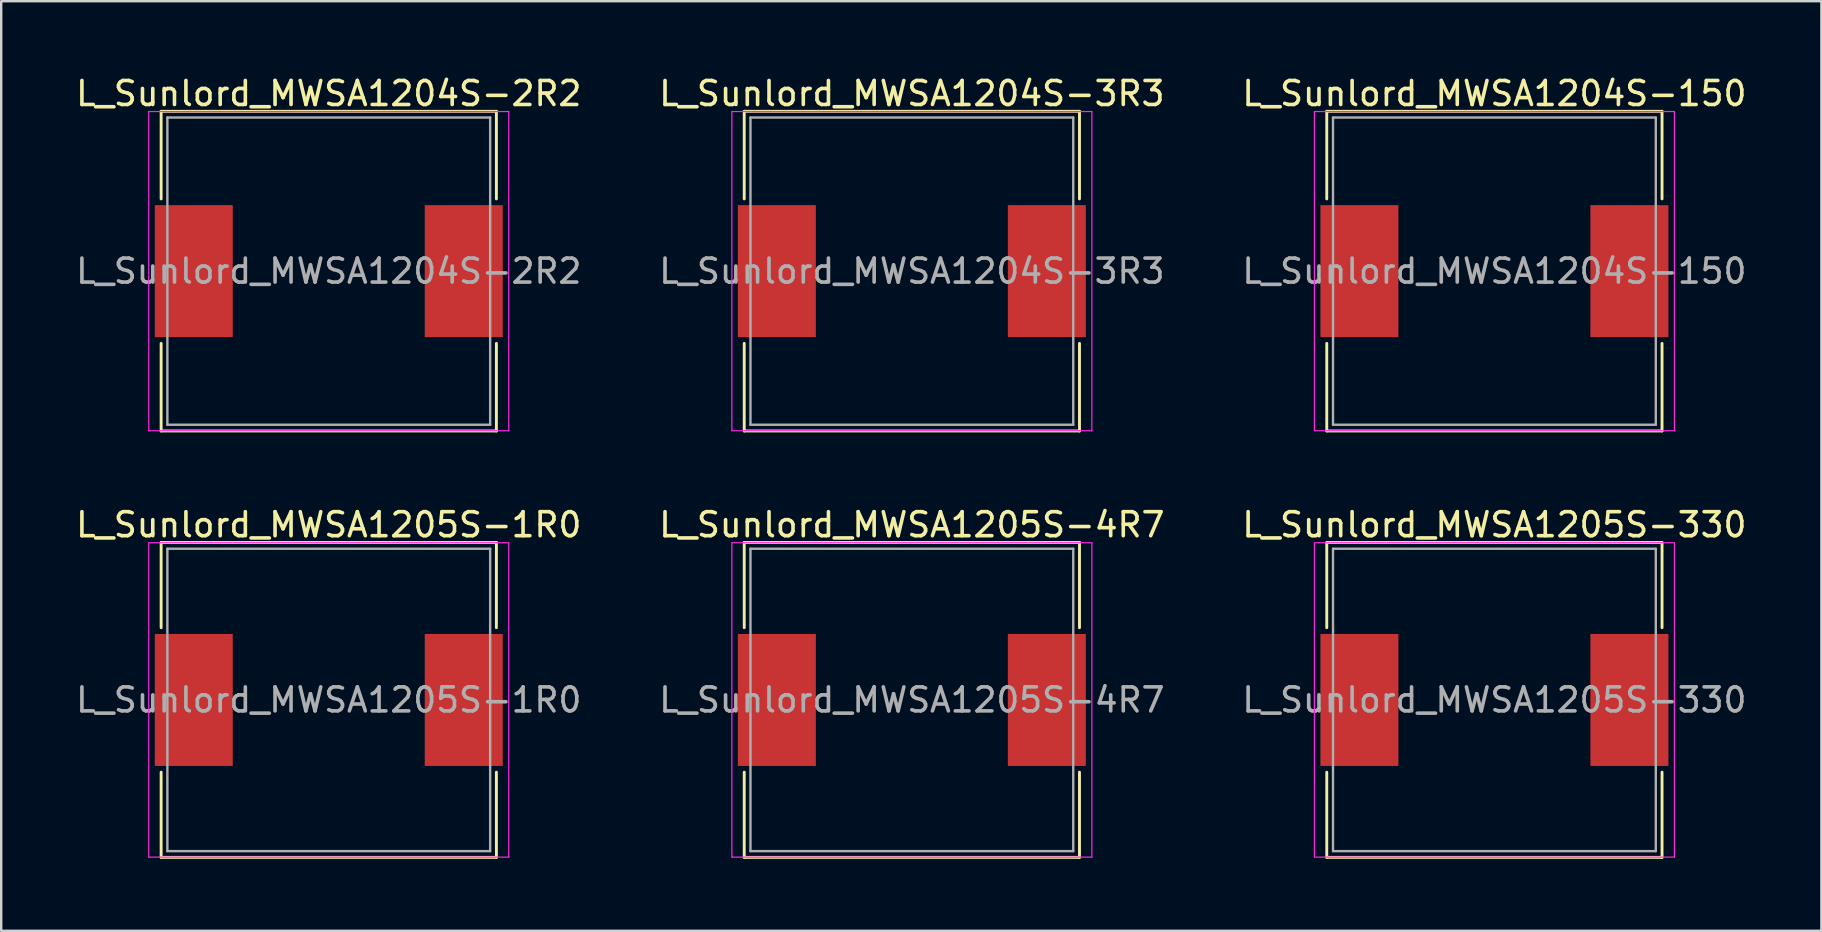
<source format=kicad_pcb>
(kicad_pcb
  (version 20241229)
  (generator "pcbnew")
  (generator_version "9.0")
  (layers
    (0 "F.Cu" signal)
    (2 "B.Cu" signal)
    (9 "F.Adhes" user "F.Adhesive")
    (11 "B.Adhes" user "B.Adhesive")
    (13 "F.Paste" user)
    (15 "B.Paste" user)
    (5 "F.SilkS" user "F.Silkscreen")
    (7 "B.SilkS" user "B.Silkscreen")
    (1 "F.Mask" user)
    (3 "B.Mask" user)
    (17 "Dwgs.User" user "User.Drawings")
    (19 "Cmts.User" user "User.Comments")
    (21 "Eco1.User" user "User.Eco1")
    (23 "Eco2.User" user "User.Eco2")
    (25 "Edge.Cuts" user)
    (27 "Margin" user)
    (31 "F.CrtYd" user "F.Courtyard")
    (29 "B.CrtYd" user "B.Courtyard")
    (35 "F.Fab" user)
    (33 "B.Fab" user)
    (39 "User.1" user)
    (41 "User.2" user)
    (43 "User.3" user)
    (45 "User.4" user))
  (footprint "L_Sunlord_MWSA1205S-4R7"
    (layer "F.Cu")
    (at 34.946 26.116)
    (property "Reference" "L_Sunlord_MWSA1205S-4R7" (at 0 -7.3 0) (layer "F.SilkS") (effects (font (size 1 1) (thickness 0.15))))
    (attr smd)
    (fp_line (start -6.985 -6.56) (end -6.985 -3.01) (stroke (width 0.12) (type solid)) (layer "F.SilkS"))
    (fp_line (start -6.985 -6.56) (end 6.985 -6.56) (stroke (width 0.12) (type solid)) (layer "F.SilkS"))
    (fp_line (start -6.985 6.56) (end -6.985 3.01) (stroke (width 0.12) (type solid)) (layer "F.SilkS"))
    (fp_line (start -6.985 6.56) (end 6.985 6.56) (stroke (width 0.12) (type solid)) (layer "F.SilkS"))
    (fp_line (start 6.985 -6.56) (end 6.985 -3.01) (stroke (width 0.12) (type solid)) (layer "F.SilkS"))
    (fp_line (start 6.985 6.56) (end 6.985 3.01) (stroke (width 0.12) (type solid)) (layer "F.SilkS"))
    (fp_line (start -7.5 -6.55) (end -7.5 6.55) (stroke (width 0.05) (type solid)) (layer "F.CrtYd"))
    (fp_line (start -7.5 6.55) (end 7.5 6.55) (stroke (width 0.05) (type solid)) (layer "F.CrtYd"))
    (fp_line (start 7.5 -6.55) (end -7.5 -6.55) (stroke (width 0.05) (type solid)) (layer "F.CrtYd"))
    (fp_line (start 7.5 6.55) (end 7.5 -6.55) (stroke (width 0.05) (type solid)) (layer "F.CrtYd"))
    (fp_line (start -6.725 -6.3) (end -6.725 6.3) (stroke (width 0.1) (type solid)) (layer "F.Fab"))
    (fp_line (start -6.725 6.3) (end 6.725 6.3) (stroke (width 0.1) (type solid)) (layer "F.Fab"))
    (fp_line (start 6.725 -6.3) (end -6.725 -6.3) (stroke (width 0.1) (type solid)) (layer "F.Fab"))
    (fp_line (start 6.725 6.3) (end 6.725 -6.3) (stroke (width 0.1) (type solid)) (layer "F.Fab"))
    (fp_text user "${REFERENCE}" (at 0 0 0) (layer "F.Fab") (effects (font (size 1 1) (thickness 0.15))))
    (pad "1" smd rect (at -5.625 0) (size 3.25 5.5) (layers "F.Cu" "F.Mask" "F.Paste"))
    (pad "2" smd rect (at 5.625 0) (size 3.25 5.5) (layers "F.Cu" "F.Mask" "F.Paste")))
  (footprint "L_Sunlord_MWSA1204S-2R2"
    (layer "F.Cu")
    (at 10.649 8.248)
    (property "Reference" "L_Sunlord_MWSA1204S-2R2" (at 0 -7.4 0) (layer "F.SilkS") (effects (font (size 1 1) (thickness 0.15))))
    (attr smd)
    (fp_line (start -6.985 -6.66) (end -6.985 -3.01) (stroke (width 0.12) (type solid)) (layer "F.SilkS"))
    (fp_line (start -6.985 -6.66) (end 6.985 -6.66) (stroke (width 0.12) (type solid)) (layer "F.SilkS"))
    (fp_line (start -6.985 6.66) (end -6.985 3.01) (stroke (width 0.12) (type solid)) (layer "F.SilkS"))
    (fp_line (start -6.985 6.66) (end 6.985 6.66) (stroke (width 0.12) (type solid)) (layer "F.SilkS"))
    (fp_line (start 6.985 -6.66) (end 6.985 -3.01) (stroke (width 0.12) (type solid)) (layer "F.SilkS"))
    (fp_line (start 6.985 6.66) (end 6.985 3.01) (stroke (width 0.12) (type solid)) (layer "F.SilkS"))
    (fp_line (start -7.5 -6.65) (end -7.5 6.65) (stroke (width 0.05) (type solid)) (layer "F.CrtYd"))
    (fp_line (start -7.5 6.65) (end 7.5 6.65) (stroke (width 0.05) (type solid)) (layer "F.CrtYd"))
    (fp_line (start 7.5 -6.65) (end -7.5 -6.65) (stroke (width 0.05) (type solid)) (layer "F.CrtYd"))
    (fp_line (start 7.5 6.65) (end 7.5 -6.65) (stroke (width 0.05) (type solid)) (layer "F.CrtYd"))
    (fp_line (start -6.725 -6.4) (end -6.725 6.4) (stroke (width 0.1) (type solid)) (layer "F.Fab"))
    (fp_line (start -6.725 6.4) (end 6.725 6.4) (stroke (width 0.1) (type solid)) (layer "F.Fab"))
    (fp_line (start 6.725 -6.4) (end -6.725 -6.4) (stroke (width 0.1) (type solid)) (layer "F.Fab"))
    (fp_line (start 6.725 6.4) (end 6.725 -6.4) (stroke (width 0.1) (type solid)) (layer "F.Fab"))
    (fp_text user "${REFERENCE}" (at 0 0 0) (layer "F.Fab") (effects (font (size 1 1) (thickness 0.15))))
    (pad "1" smd rect (at -5.625 0) (size 3.25 5.5) (layers "F.Cu" "F.Mask" "F.Paste"))
    (pad "2" smd rect (at 5.625 0) (size 3.25 5.5) (layers "F.Cu" "F.Mask" "F.Paste")))
  (footprint "L_Sunlord_MWSA1204S-3R3"
    (layer "F.Cu")
    (at 34.946 8.248)
    (property "Reference" "L_Sunlord_MWSA1204S-3R3" (at 0 -7.4 0) (layer "F.SilkS") (effects (font (size 1 1) (thickness 0.15))))
    (attr smd)
    (fp_line (start -6.985 -6.66) (end -6.985 -3.01) (stroke (width 0.12) (type solid)) (layer "F.SilkS"))
    (fp_line (start -6.985 -6.66) (end 6.985 -6.66) (stroke (width 0.12) (type solid)) (layer "F.SilkS"))
    (fp_line (start -6.985 6.66) (end -6.985 3.01) (stroke (width 0.12) (type solid)) (layer "F.SilkS"))
    (fp_line (start -6.985 6.66) (end 6.985 6.66) (stroke (width 0.12) (type solid)) (layer "F.SilkS"))
    (fp_line (start 6.985 -6.66) (end 6.985 -3.01) (stroke (width 0.12) (type solid)) (layer "F.SilkS"))
    (fp_line (start 6.985 6.66) (end 6.985 3.01) (stroke (width 0.12) (type solid)) (layer "F.SilkS"))
    (fp_line (start -7.5 -6.65) (end -7.5 6.65) (stroke (width 0.05) (type solid)) (layer "F.CrtYd"))
    (fp_line (start -7.5 6.65) (end 7.5 6.65) (stroke (width 0.05) (type solid)) (layer "F.CrtYd"))
    (fp_line (start 7.5 -6.65) (end -7.5 -6.65) (stroke (width 0.05) (type solid)) (layer "F.CrtYd"))
    (fp_line (start 7.5 6.65) (end 7.5 -6.65) (stroke (width 0.05) (type solid)) (layer "F.CrtYd"))
    (fp_line (start -6.725 -6.4) (end -6.725 6.4) (stroke (width 0.1) (type solid)) (layer "F.Fab"))
    (fp_line (start -6.725 6.4) (end 6.725 6.4) (stroke (width 0.1) (type solid)) (layer "F.Fab"))
    (fp_line (start 6.725 -6.4) (end -6.725 -6.4) (stroke (width 0.1) (type solid)) (layer "F.Fab"))
    (fp_line (start 6.725 6.4) (end 6.725 -6.4) (stroke (width 0.1) (type solid)) (layer "F.Fab"))
    (fp_text user "${REFERENCE}" (at 0 0 0) (layer "F.Fab") (effects (font (size 1 1) (thickness 0.15))))
    (pad "1" smd rect (at -5.625 0) (size 3.25 5.5) (layers "F.Cu" "F.Mask" "F.Paste"))
    (pad "2" smd rect (at 5.625 0) (size 3.25 5.5) (layers "F.Cu" "F.Mask" "F.Paste")))
  (footprint "L_Sunlord_MWSA1205S-1R0"
    (layer "F.Cu")
    (at 10.649 26.116)
    (property "Reference" "L_Sunlord_MWSA1205S-1R0" (at 0 -7.3 0) (layer "F.SilkS") (effects (font (size 1 1) (thickness 0.15))))
    (attr smd)
    (fp_line (start -6.985 -6.56) (end -6.985 -3.01) (stroke (width 0.12) (type solid)) (layer "F.SilkS"))
    (fp_line (start -6.985 -6.56) (end 6.985 -6.56) (stroke (width 0.12) (type solid)) (layer "F.SilkS"))
    (fp_line (start -6.985 6.56) (end -6.985 3.01) (stroke (width 0.12) (type solid)) (layer "F.SilkS"))
    (fp_line (start -6.985 6.56) (end 6.985 6.56) (stroke (width 0.12) (type solid)) (layer "F.SilkS"))
    (fp_line (start 6.985 -6.56) (end 6.985 -3.01) (stroke (width 0.12) (type solid)) (layer "F.SilkS"))
    (fp_line (start 6.985 6.56) (end 6.985 3.01) (stroke (width 0.12) (type solid)) (layer "F.SilkS"))
    (fp_line (start -7.5 -6.55) (end -7.5 6.55) (stroke (width 0.05) (type solid)) (layer "F.CrtYd"))
    (fp_line (start -7.5 6.55) (end 7.5 6.55) (stroke (width 0.05) (type solid)) (layer "F.CrtYd"))
    (fp_line (start 7.5 -6.55) (end -7.5 -6.55) (stroke (width 0.05) (type solid)) (layer "F.CrtYd"))
    (fp_line (start 7.5 6.55) (end 7.5 -6.55) (stroke (width 0.05) (type solid)) (layer "F.CrtYd"))
    (fp_line (start -6.725 -6.3) (end -6.725 6.3) (stroke (width 0.1) (type solid)) (layer "F.Fab"))
    (fp_line (start -6.725 6.3) (end 6.725 6.3) (stroke (width 0.1) (type solid)) (layer "F.Fab"))
    (fp_line (start 6.725 -6.3) (end -6.725 -6.3) (stroke (width 0.1) (type solid)) (layer "F.Fab"))
    (fp_line (start 6.725 6.3) (end 6.725 -6.3) (stroke (width 0.1) (type solid)) (layer "F.Fab"))
    (fp_text user "${REFERENCE}" (at 0 0 0) (layer "F.Fab") (effects (font (size 1 1) (thickness 0.15))))
    (pad "1" smd rect (at -5.625 0) (size 3.25 5.5) (layers "F.Cu" "F.Mask" "F.Paste"))
    (pad "2" smd rect (at 5.625 0) (size 3.25 5.5) (layers "F.Cu" "F.Mask" "F.Paste")))
  (footprint "L_Sunlord_MWSA1205S-330"
    (layer "F.Cu")
    (at 59.22 26.116)
    (property "Reference" "L_Sunlord_MWSA1205S-330" (at 0 -7.3 0) (layer "F.SilkS") (effects (font (size 1 1) (thickness 0.15))))
    (attr smd)
    (fp_line (start -6.985 -6.56) (end -6.985 -3.01) (stroke (width 0.12) (type solid)) (layer "F.SilkS"))
    (fp_line (start -6.985 -6.56) (end 6.985 -6.56) (stroke (width 0.12) (type solid)) (layer "F.SilkS"))
    (fp_line (start -6.985 6.56) (end -6.985 3.01) (stroke (width 0.12) (type solid)) (layer "F.SilkS"))
    (fp_line (start -6.985 6.56) (end 6.985 6.56) (stroke (width 0.12) (type solid)) (layer "F.SilkS"))
    (fp_line (start 6.985 -6.56) (end 6.985 -3.01) (stroke (width 0.12) (type solid)) (layer "F.SilkS"))
    (fp_line (start 6.985 6.56) (end 6.985 3.01) (stroke (width 0.12) (type solid)) (layer "F.SilkS"))
    (fp_line (start -7.5 -6.55) (end -7.5 6.55) (stroke (width 0.05) (type solid)) (layer "F.CrtYd"))
    (fp_line (start -7.5 6.55) (end 7.5 6.55) (stroke (width 0.05) (type solid)) (layer "F.CrtYd"))
    (fp_line (start 7.5 -6.55) (end -7.5 -6.55) (stroke (width 0.05) (type solid)) (layer "F.CrtYd"))
    (fp_line (start 7.5 6.55) (end 7.5 -6.55) (stroke (width 0.05) (type solid)) (layer "F.CrtYd"))
    (fp_line (start -6.725 -6.3) (end -6.725 6.3) (stroke (width 0.1) (type solid)) (layer "F.Fab"))
    (fp_line (start -6.725 6.3) (end 6.725 6.3) (stroke (width 0.1) (type solid)) (layer "F.Fab"))
    (fp_line (start 6.725 -6.3) (end -6.725 -6.3) (stroke (width 0.1) (type solid)) (layer "F.Fab"))
    (fp_line (start 6.725 6.3) (end 6.725 -6.3) (stroke (width 0.1) (type solid)) (layer "F.Fab"))
    (fp_text user "${REFERENCE}" (at 0 0 0) (layer "F.Fab") (effects (font (size 1 1) (thickness 0.15))))
    (pad "1" smd rect (at -5.625 0) (size 3.25 5.5) (layers "F.Cu" "F.Mask" "F.Paste"))
    (pad "2" smd rect (at 5.625 0) (size 3.25 5.5) (layers "F.Cu" "F.Mask" "F.Paste")))
  (footprint "L_Sunlord_MWSA1204S-150"
    (layer "F.Cu")
    (at 59.22 8.248)
    (property "Reference" "L_Sunlord_MWSA1204S-150" (at 0 -7.4 0) (layer "F.SilkS") (effects (font (size 1 1) (thickness 0.15))))
    (attr smd)
    (fp_line (start -6.985 -6.66) (end -6.985 -3.01) (stroke (width 0.12) (type solid)) (layer "F.SilkS"))
    (fp_line (start -6.985 -6.66) (end 6.985 -6.66) (stroke (width 0.12) (type solid)) (layer "F.SilkS"))
    (fp_line (start -6.985 6.66) (end -6.985 3.01) (stroke (width 0.12) (type solid)) (layer "F.SilkS"))
    (fp_line (start -6.985 6.66) (end 6.985 6.66) (stroke (width 0.12) (type solid)) (layer "F.SilkS"))
    (fp_line (start 6.985 -6.66) (end 6.985 -3.01) (stroke (width 0.12) (type solid)) (layer "F.SilkS"))
    (fp_line (start 6.985 6.66) (end 6.985 3.01) (stroke (width 0.12) (type solid)) (layer "F.SilkS"))
    (fp_line (start -7.5 -6.65) (end -7.5 6.65) (stroke (width 0.05) (type solid)) (layer "F.CrtYd"))
    (fp_line (start -7.5 6.65) (end 7.5 6.65) (stroke (width 0.05) (type solid)) (layer "F.CrtYd"))
    (fp_line (start 7.5 -6.65) (end -7.5 -6.65) (stroke (width 0.05) (type solid)) (layer "F.CrtYd"))
    (fp_line (start 7.5 6.65) (end 7.5 -6.65) (stroke (width 0.05) (type solid)) (layer "F.CrtYd"))
    (fp_line (start -6.725 -6.4) (end -6.725 6.4) (stroke (width 0.1) (type solid)) (layer "F.Fab"))
    (fp_line (start -6.725 6.4) (end 6.725 6.4) (stroke (width 0.1) (type solid)) (layer "F.Fab"))
    (fp_line (start 6.725 -6.4) (end -6.725 -6.4) (stroke (width 0.1) (type solid)) (layer "F.Fab"))
    (fp_line (start 6.725 6.4) (end 6.725 -6.4) (stroke (width 0.1) (type solid)) (layer "F.Fab"))
    (fp_text user "${REFERENCE}" (at 0 0 0) (layer "F.Fab") (effects (font (size 1 1) (thickness 0.15))))
    (pad "1" smd rect (at -5.625 0) (size 3.25 5.5) (layers "F.Cu" "F.Mask" "F.Paste"))
    (pad "2" smd rect (at 5.625 0) (size 3.25 5.5) (layers "F.Cu" "F.Mask" "F.Paste")))
  (gr_rect
    (start -3 -3)
    (end 72.845 35.736)
    (stroke (width 0.1) (type default))
    (fill no)
    (layer "Edge.Cuts")))
</source>
